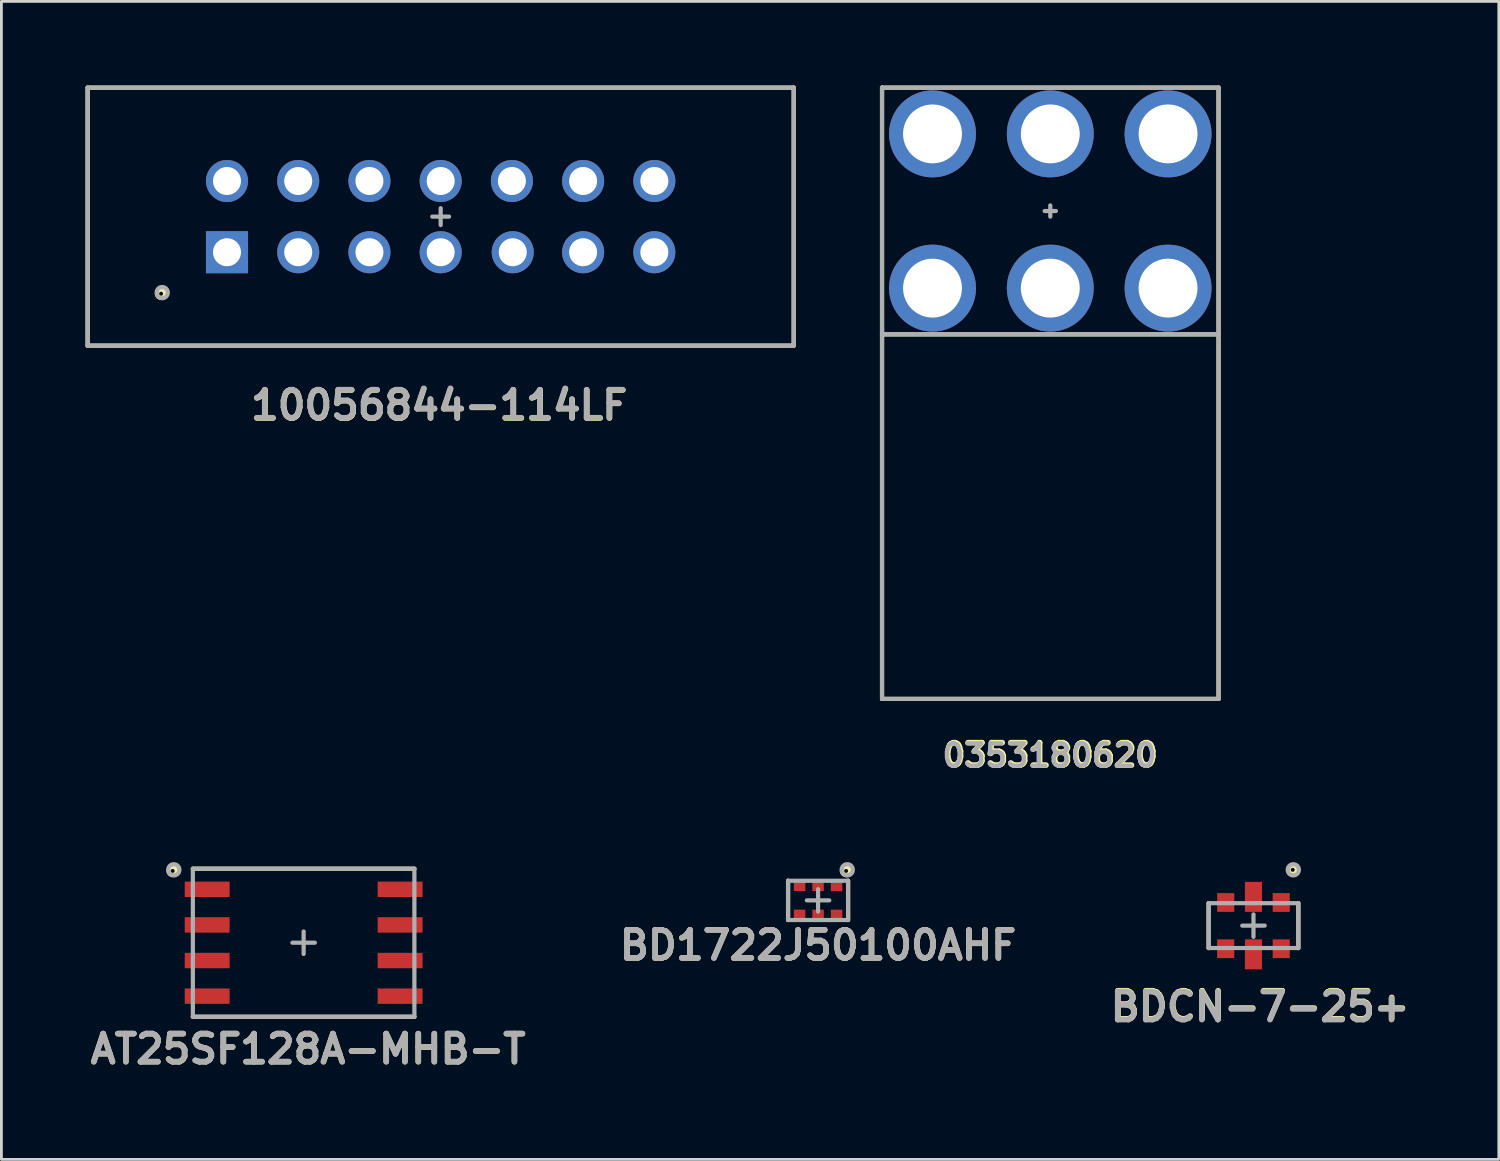
<source format=kicad_pcb>
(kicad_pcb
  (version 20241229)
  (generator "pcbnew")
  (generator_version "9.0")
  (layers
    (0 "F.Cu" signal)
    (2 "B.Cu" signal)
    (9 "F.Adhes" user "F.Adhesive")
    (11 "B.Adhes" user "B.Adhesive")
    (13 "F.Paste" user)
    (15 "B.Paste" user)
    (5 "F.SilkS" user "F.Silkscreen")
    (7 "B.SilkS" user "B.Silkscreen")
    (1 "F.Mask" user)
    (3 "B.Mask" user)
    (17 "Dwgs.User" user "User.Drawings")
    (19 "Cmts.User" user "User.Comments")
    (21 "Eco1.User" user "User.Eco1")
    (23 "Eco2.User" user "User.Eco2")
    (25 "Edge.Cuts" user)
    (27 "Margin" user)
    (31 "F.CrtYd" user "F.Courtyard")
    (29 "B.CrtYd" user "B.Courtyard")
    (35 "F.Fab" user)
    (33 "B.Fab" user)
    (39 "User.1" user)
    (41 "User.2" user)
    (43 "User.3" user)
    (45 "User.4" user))
  (footprint "AT25SF128A-MHB-T"
    (layer "F.Cu")
    (at 7.778 30.569)
    (property "Reference" "AT25SF128A-MHB-T" (at 0.16 3.79 0) (layer "F.SilkS") (effects (font (size 1 1) (thickness 0.2))))
    (attr through_hole)
    (fp_line (start -3.95 -2.64) (end 3.95 -2.64) (stroke (width 0.15) (type solid)) (layer "F.SilkS"))
    (fp_line (start -3.95 2.64) (end 3.95 2.64) (stroke (width 0.15) (type solid)) (layer "F.SilkS"))
    (fp_circle (center -4.67 -2.56) (end -4.563 -2.46) (stroke (width 0.152) (type solid)) (fill no) (layer "F.SilkS"))
    (fp_line (start -3.95 -2.64) (end -3.95 2.64) (stroke (width 0.15) (type solid)) (layer "F.Fab"))
    (fp_line (start -3.95 -2.64) (end 3.95 -2.64) (stroke (width 0.15) (type solid)) (layer "F.Fab"))
    (fp_line (start -3.95 2.64) (end 3.95 2.64) (stroke (width 0.15) (type solid)) (layer "F.Fab"))
    (fp_line (start -0.4 0) (end 0.4 0) (stroke (width 0.15) (type solid)) (layer "F.Fab"))
    (fp_line (start 0 -0.4) (end 0 0.4) (stroke (width 0.15) (type solid)) (layer "F.Fab"))
    (fp_line (start 3.95 2.64) (end 3.95 -2.64) (stroke (width 0.15) (type solid)) (layer "F.Fab"))
    (fp_circle (center -4.63 -2.6) (end -4.43 -2.6) (stroke (width 0.15) (type solid)) (fill no) (layer "F.Fab"))
    (fp_text user "${REFERENCE}" (at 0.16 3.79 0) (layer "F.Fab") (effects (font (size 1 1) (thickness 0.2))))
    (pad "1" smd rect (at -3.44 -1.905) (size 1.6 0.55) (layers "F.Cu" "F.Mask" "F.Paste"))
    (pad "2" smd rect (at -3.44 -0.635) (size 1.6 0.55) (layers "F.Cu" "F.Mask" "F.Paste"))
    (pad "3" smd rect (at -3.44 0.635) (size 1.6 0.55) (layers "F.Cu" "F.Mask" "F.Paste"))
    (pad "4" smd rect (at -3.44 1.905) (size 1.6 0.55) (layers "F.Cu" "F.Mask" "F.Paste"))
    (pad "5" smd rect (at 3.44 1.905) (size 1.6 0.55) (layers "F.Cu" "F.Mask" "F.Paste"))
    (pad "6" smd rect (at 3.44 0.635) (size 1.6 0.55) (layers "F.Cu" "F.Mask" "F.Paste"))
    (pad "7" smd rect (at 3.44 -0.635) (size 1.6 0.55) (layers "F.Cu" "F.Mask" "F.Paste"))
    (pad "8" smd rect (at 3.44 -1.905) (size 1.6 0.55) (layers "F.Cu" "F.Mask" "F.Paste")))
  (footprint "BD1722J50100AHF"
    (layer "F.Cu")
    (at 26.124 29.059)
    (property "Reference" "BD1722J50100AHF" (at 0 1.6 0) (layer "F.SilkS") (effects (font (size 1 1) (thickness 0.2))))
    (attr through_hole)
    (fp_line (start -1.07 0.7) (end -1.07 -0.7) (stroke (width 0.15) (type solid)) (layer "F.SilkS"))
    (fp_line (start 1.07 0.7) (end 1.07 -0.7) (stroke (width 0.15) (type solid)) (layer "F.SilkS"))
    (fp_circle (center 1 -1.05) (end 1.107 -0.95) (stroke (width 0.152) (type solid)) (fill no) (layer "F.SilkS"))
    (fp_line (start -1.07 -0.7) (end -1.07 0.7) (stroke (width 0.15) (type solid)) (layer "F.Fab"))
    (fp_line (start -0.4 0) (end 0.4 0) (stroke (width 0.15) (type solid)) (layer "F.Fab"))
    (fp_line (start 0 -0.4) (end 0 0.4) (stroke (width 0.15) (type solid)) (layer "F.Fab"))
    (fp_line (start 1.07 -0.7) (end -1.07 -0.7) (stroke (width 0.15) (type solid)) (layer "F.Fab"))
    (fp_line (start 1.07 -0.7) (end 1.07 0.7) (stroke (width 0.15) (type solid)) (layer "F.Fab"))
    (fp_line (start 1.07 0.7) (end -1.07 0.7) (stroke (width 0.15) (type solid)) (layer "F.Fab"))
    (fp_circle (center 1.04 -1.09) (end 1.24 -1.09) (stroke (width 0.15) (type solid)) (fill no) (layer "F.Fab"))
    (fp_text user "${REFERENCE}" (at 0 1.6 0) (layer "F.Fab") (effects (font (size 1 1) (thickness 0.2))))
    (pad "1" smd rect (at 0.66 -0.495) (size 0.41 0.33) (layers "F.Cu" "F.Mask" "F.Paste"))
    (pad "2" smd rect (at 0 -0.495) (size 0.41 0.33) (layers "F.Cu" "F.Mask" "F.Paste"))
    (pad "3" smd rect (at -0.66 -0.495) (size 0.41 0.33) (layers "F.Cu" "F.Mask" "F.Paste"))
    (pad "4" smd rect (at -0.66 0.495) (size 0.41 0.33) (layers "F.Cu" "F.Mask" "F.Paste"))
    (pad "5" smd rect (at 0 0.495) (size 0.41 0.33) (layers "F.Cu" "F.Mask" "F.Paste"))
    (pad "6" smd rect (at 0.66 0.495) (size 0.41 0.33) (layers "F.Cu" "F.Mask" "F.Paste")))
  (footprint "BDCN-7-25+"
    (layer "F.Cu")
    (at 41.651 29.959)
    (property "Reference" "BDCN-7-25+" (at 0.24 2.87 0) (layer "F.SilkS") (effects (font (size 1 1) (thickness 0.2))))
    (attr through_hole)
    (fp_line (start -1.6 0.8) (end -1.6 -0.8) (stroke (width 0.15) (type solid)) (layer "F.SilkS"))
    (fp_line (start 1.6 0.8) (end 1.6 -0.8) (stroke (width 0.15) (type solid)) (layer "F.SilkS"))
    (fp_circle (center 1.4 -1.99) (end 1.507 -1.89) (stroke (width 0.152) (type solid)) (fill no) (layer "F.SilkS"))
    (fp_line (start -1.6 -0.8) (end -1.6 0.8) (stroke (width 0.15) (type solid)) (layer "F.Fab"))
    (fp_line (start -0.4 0) (end 0.4 0) (stroke (width 0.15) (type solid)) (layer "F.Fab"))
    (fp_line (start 0 -0.4) (end 0 0.4) (stroke (width 0.15) (type solid)) (layer "F.Fab"))
    (fp_line (start 1.6 -0.8) (end -1.6 -0.8) (stroke (width 0.15) (type solid)) (layer "F.Fab"))
    (fp_line (start 1.6 -0.8) (end 1.6 0.8) (stroke (width 0.15) (type solid)) (layer "F.Fab"))
    (fp_line (start 1.6 0.8) (end -1.6 0.8) (stroke (width 0.15) (type solid)) (layer "F.Fab"))
    (fp_circle (center 1.42 -1.99) (end 1.62 -1.99) (stroke (width 0.15) (type solid)) (fill no) (layer "F.Fab"))
    (fp_text user "${REFERENCE}" (at 0.23 2.9 0) (layer "F.Fab") (effects (font (size 1 1) (thickness 0.2))))
    (pad "1" smd rect (at 0.99 -0.825) (size 0.61 0.67) (layers "F.Cu" "F.Mask" "F.Paste"))
    (pad "2" smd rect (at 0 -1.025) (size 0.61 1.07) (layers "F.Cu" "F.Mask" "F.Paste"))
    (pad "3" smd rect (at -0.99 -0.825) (size 0.61 0.67) (layers "F.Cu" "F.Mask" "F.Paste"))
    (pad "4" smd rect (at -0.99 0.825) (size 0.61 0.67) (layers "F.Cu" "F.Mask" "F.Paste"))
    (pad "5" smd rect (at 0 1.025) (size 0.61 1.07) (layers "F.Cu" "F.Mask" "F.Paste"))
    (pad "6" smd rect (at 0.99 0.825) (size 0.61 0.67) (layers "F.Cu" "F.Mask" "F.Paste")))
  (footprint "10056844-114LF"
    (layer "F.Cu")
    (at 12.665 4.675)
    (property "Reference" "10056844-114LF" (at -0.05 6.73 0) (layer "F.SilkS") (effects (font (size 1 1) (thickness 0.2))))
    (attr through_hole)
    (fp_line (start -12.59 -4.6) (end -12.59 4.6) (stroke (width 0.15) (type solid)) (layer "F.SilkS"))
    (fp_line (start -12.59 -4.6) (end 12.59 -4.6) (stroke (width 0.15) (type solid)) (layer "F.SilkS"))
    (fp_line (start -12.59 4.6) (end 12.59 4.6) (stroke (width 0.15) (type solid)) (layer "F.SilkS"))
    (fp_line (start 12.59 -4.6) (end 12.59 4.6) (stroke (width 0.15) (type solid)) (layer "F.SilkS"))
    (fp_circle (center -9.97 2.75) (end -9.863 2.85) (stroke (width 0.152) (type solid)) (fill no) (layer "F.SilkS"))
    (fp_line (start -12.59 -4.6) (end -12.59 4.6) (stroke (width 0.15) (type solid)) (layer "F.Fab"))
    (fp_line (start -12.59 -4.6) (end 12.59 -4.6) (stroke (width 0.15) (type solid)) (layer "F.Fab"))
    (fp_line (start -12.59 4.6) (end 12.59 4.6) (stroke (width 0.15) (type solid)) (layer "F.Fab"))
    (fp_line (start -0.3 0) (end 0.3 0) (stroke (width 0.15) (type solid)) (layer "F.Fab"))
    (fp_line (start 0 -0.3) (end 0 0.3) (stroke (width 0.15) (type solid)) (layer "F.Fab"))
    (fp_line (start 12.59 -4.6) (end 12.59 4.6) (stroke (width 0.15) (type solid)) (layer "F.Fab"))
    (fp_circle (center -9.93 2.71) (end -9.73 2.71) (stroke (width 0.15) (type solid)) (fill no) (layer "F.Fab"))
    (fp_text user "${REFERENCE}" (at -0.06 6.72 0) (layer "F.Fab") (effects (font (size 1 1) (thickness 0.2))))
    (pad "1" thru_hole rect (at -7.62 1.27) (size 1.5 1.5) (drill 1) (layers "*.Cu" "*.Mask"))
    (pad "2" thru_hole circle (at -7.62 -1.27) (size 1.5 1.5) (drill 1) (layers "*.Cu" "*.Mask"))
    (pad "3" thru_hole circle (at -5.08 1.27) (size 1.5 1.5) (drill 1) (layers "*.Cu" "*.Mask"))
    (pad "4" thru_hole circle (at -5.08 -1.27) (size 1.5 1.5) (drill 1) (layers "*.Cu" "*.Mask"))
    (pad "5" thru_hole circle (at -2.54 1.27) (size 1.5 1.5) (drill 1) (layers "*.Cu" "*.Mask"))
    (pad "6" thru_hole circle (at -2.54 -1.27) (size 1.5 1.5) (drill 1) (layers "*.Cu" "*.Mask"))
    (pad "7" thru_hole circle (at 0 1.27) (size 1.5 1.5) (drill 1) (layers "*.Cu" "*.Mask"))
    (pad "8" thru_hole circle (at 0 -1.27) (size 1.5 1.5) (drill 1) (layers "*.Cu" "*.Mask"))
    (pad "9" thru_hole circle (at 2.57 1.27) (size 1.5 1.5) (drill 1) (layers "*.Cu" "*.Mask"))
    (pad "10" thru_hole circle (at 2.54 -1.27) (size 1.5 1.5) (drill 1) (layers "*.Cu" "*.Mask"))
    (pad "11" thru_hole circle (at 5.08 1.27) (size 1.5 1.5) (drill 1) (layers "*.Cu" "*.Mask"))
    (pad "12" thru_hole circle (at 5.08 -1.27) (size 1.5 1.5) (drill 1) (layers "*.Cu" "*.Mask"))
    (pad "13" thru_hole circle (at 7.62 1.27) (size 1.5 1.5) (drill 1) (layers "*.Cu" "*.Mask"))
    (pad "14" thru_hole circle (at 7.62 -1.27) (size 1.5 1.5) (drill 1) (layers "*.Cu" "*.Mask")))
  (footprint "0353180620"
    (layer "F.Cu")
    (at 34.405 4.475)
    (property "Reference" "0353180620" (at 0 19.4 0) (layer "F.SilkS") (effects (font (size 0.8 0.8) (thickness 0.2))))
    (attr through_hole)
    (fp_line (start -6 -4.4) (end -6 4.4) (stroke (width 0.15) (type solid)) (layer "F.SilkS"))
    (fp_line (start -6 -4.4) (end 6 -4.4) (stroke (width 0.15) (type solid)) (layer "F.SilkS"))
    (fp_line (start -6 4.4) (end -6 17.4) (stroke (width 0.15) (type solid)) (layer "F.SilkS"))
    (fp_line (start -6 4.4) (end 6 4.4) (stroke (width 0.15) (type solid)) (layer "F.SilkS"))
    (fp_line (start -6 17.4) (end 6 17.4) (stroke (width 0.15) (type solid)) (layer "F.SilkS"))
    (fp_line (start 6 -4.4) (end 6 4.4) (stroke (width 0.15) (type solid)) (layer "F.SilkS"))
    (fp_line (start 6 4.4) (end 6 17.4) (stroke (width 0.15) (type solid)) (layer "F.SilkS"))
    (fp_line (start -6 -4.4) (end -6 4.4) (stroke (width 0.15) (type solid)) (layer "F.Fab"))
    (fp_line (start -6 -4.4) (end 6 -4.4) (stroke (width 0.15) (type solid)) (layer "F.Fab"))
    (fp_line (start -6 4.4) (end -6 17.4) (stroke (width 0.15) (type solid)) (layer "F.Fab"))
    (fp_line (start -6 4.4) (end 6 4.4) (stroke (width 0.15) (type solid)) (layer "F.Fab"))
    (fp_line (start -6 17.4) (end 6 17.4) (stroke (width 0.15) (type solid)) (layer "F.Fab"))
    (fp_line (start -0.2 0) (end 0.2 0) (stroke (width 0.15) (type solid)) (layer "F.Fab"))
    (fp_line (start 0 -0.2) (end 0 0.2) (stroke (width 0.15) (type solid)) (layer "F.Fab"))
    (fp_line (start 6 -4.4) (end 6 4.4) (stroke (width 0.15) (type solid)) (layer "F.Fab"))
    (fp_line (start 6 4.4) (end 6 17.4) (stroke (width 0.15) (type solid)) (layer "F.Fab"))
    (fp_text user "${REFERENCE}" (at -0.028 19.42 0) (layer "F.Fab") (effects (font (size 0.8 0.8) (thickness 0.15))))
    (pad "1" thru_hole circle (at 4.2 2.75) (size 3.1 3.1) (drill 2.1) (layers "*.Cu" "*.Mask"))
    (pad "2" thru_hole circle (at 0 2.75) (size 3.1 3.1) (drill 2.1) (layers "*.Cu" "*.Mask"))
    (pad "3" thru_hole circle (at -4.2 2.75) (size 3.1 3.1) (drill 2.1) (layers "*.Cu" "*.Mask"))
    (pad "4" thru_hole circle (at 4.2 -2.75) (size 3.1 3.1) (drill 2.1) (layers "*.Cu" "*.Mask"))
    (pad "5" thru_hole circle (at 0 -2.75) (size 3.1 3.1) (drill 2.1) (layers "*.Cu" "*.Mask"))
    (pad "6" thru_hole circle (at -4.2 -2.75) (size 3.1 3.1) (drill 2.1) (layers "*.Cu" "*.Mask")))
  (gr_rect
    (start -3 -3)
    (end 50.4 38.295)
    (stroke (width 0.1) (type default))
    (fill no)
    (layer "Edge.Cuts")))
</source>
